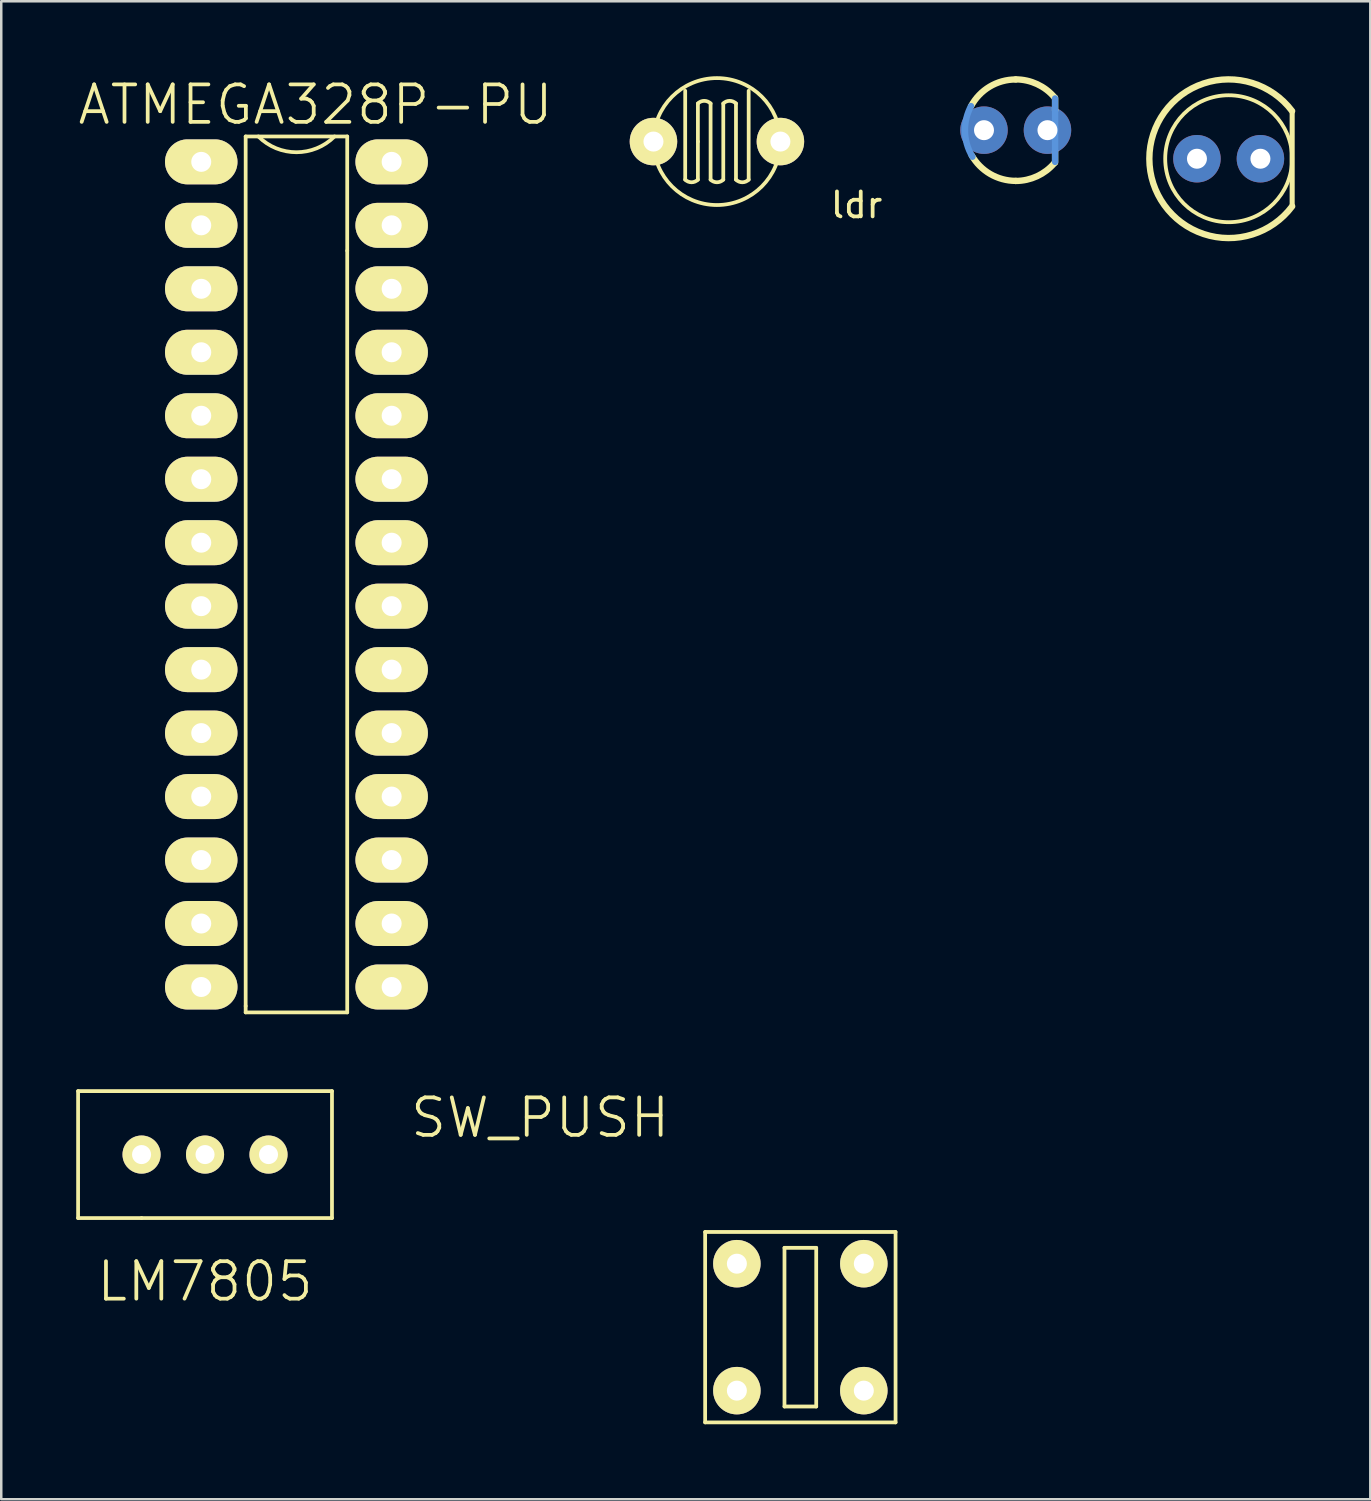
<source format=kicad_pcb>
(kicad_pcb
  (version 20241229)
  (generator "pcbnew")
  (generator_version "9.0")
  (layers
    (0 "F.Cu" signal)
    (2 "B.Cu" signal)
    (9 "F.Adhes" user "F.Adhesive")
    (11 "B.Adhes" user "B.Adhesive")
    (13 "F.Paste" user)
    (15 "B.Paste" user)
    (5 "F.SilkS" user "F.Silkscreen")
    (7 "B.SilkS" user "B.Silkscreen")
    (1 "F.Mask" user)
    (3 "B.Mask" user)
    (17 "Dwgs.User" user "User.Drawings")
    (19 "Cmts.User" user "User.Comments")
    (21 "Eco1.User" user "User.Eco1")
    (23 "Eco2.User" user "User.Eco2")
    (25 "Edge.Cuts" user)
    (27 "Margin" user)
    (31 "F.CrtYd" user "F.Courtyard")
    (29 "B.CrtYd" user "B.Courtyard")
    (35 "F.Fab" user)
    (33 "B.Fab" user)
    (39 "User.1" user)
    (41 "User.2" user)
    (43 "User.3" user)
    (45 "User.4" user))
  (footprint "ldr"
    (layer "F.Cu")
    (at 23.1 2.615)
    (property "Reference" "ldr" (at 8.128 2.54 0) (layer "F.SilkS") (effects (font (size 1 1) (thickness 0.15))))
    (attr through_hole)
    (fp_line (start 1.27 -2.032) (end 1.27 1.524) (stroke (width 0.15) (type solid)) (layer "F.SilkS"))
    (fp_line (start 1.778 0) (end 1.778 -1.524) (stroke (width 0.15) (type solid)) (layer "F.SilkS"))
    (fp_line (start 1.778 1.524) (end 1.778 0) (stroke (width 0.15) (type solid)) (layer "F.SilkS"))
    (fp_line (start 2.286 -1.524) (end 2.286 1.524) (stroke (width 0.15) (type solid)) (layer "F.SilkS"))
    (fp_line (start 2.794 1.524) (end 2.794 -1.524) (stroke (width 0.15) (type solid)) (layer "F.SilkS"))
    (fp_line (start 3.302 -1.524) (end 3.302 1.524) (stroke (width 0.15) (type solid)) (layer "F.SilkS"))
    (fp_line (start 3.81 1.524) (end 3.81 -2.032) (stroke (width 0.15) (type solid)) (layer "F.SilkS"))
    (fp_arc (start 1.778 -1.524) (mid 2.032 -1.62921) (end 2.286 -1.524) (stroke (width 0.15) (type solid)) (layer "F.SilkS"))
    (fp_arc (start 1.778 1.524) (mid 1.524 1.62921) (end 1.27 1.524) (stroke (width 0.15) (type solid)) (layer "F.SilkS"))
    (fp_arc (start 2.794 -1.524) (mid 3.048 -1.62921) (end 3.302 -1.524) (stroke (width 0.15) (type solid)) (layer "F.SilkS"))
    (fp_arc (start 2.794 1.524) (mid 2.54 1.62921) (end 2.286 1.524) (stroke (width 0.15) (type solid)) (layer "F.SilkS"))
    (fp_arc (start 3.81 1.524) (mid 3.556 1.62921) (end 3.302 1.524) (stroke (width 0.15) (type solid)) (layer "F.SilkS"))
    (fp_circle (center 2.54 0) (end 0 0) (stroke (width 0.15) (type solid)) (fill no) (layer "F.SilkS"))
    (pad "1" thru_hole circle (at 0 0) (size 1.9 1.9) (drill 0.8) (layers "*.Cu" "*.Mask" "F.SilkS"))
    (pad "2" thru_hole circle (at 5.08 0) (size 1.9 1.9) (drill 0.8) (layers "*.Cu" "*.Mask" "F.SilkS")))
  (footprint "LED-3MM"
    (layer "F.Cu")
    (at 37.597 2.159)
    (property "Reference" "LED-3MM" (at 0 1.27 0) (layer "Eco1.User") (effects (font (size 0.5 0.5) (thickness 0.075))))
    (attr through_hole)
    (fp_line (start 1.575 -1.295) (end 1.575 -0.787) (stroke (width 0.254) (type solid)) (layer "F.SilkS"))
    (fp_line (start 1.575 1.295) (end 1.575 0.838) (stroke (width 0.254) (type solid)) (layer "F.SilkS"))
    (fp_arc (start -1.7907 -0.95504) (mid -1.044567 -1.739997) (end -0.000975 -2.02946) (stroke (width 0.254) (type solid)) (layer "F.SilkS"))
    (fp_arc (start -0.003213 2.029539) (mid -1.020615 1.754247) (end -1.76276 1.00584) (stroke (width 0.254) (type solid)) (layer "F.SilkS"))
    (fp_arc (start 0 -2.032) (mid 0.860367 -1.840867) (end 1.55888 -1.303426) (stroke (width 0.254) (type solid)) (layer "F.SilkS"))
    (fp_arc (start 1.549742 1.314277) (mid 0.853936 1.843859) (end 0 2.032) (stroke (width 0.254) (type solid)) (layer "F.SilkS"))
    (fp_line (start 1.575 1.27) (end 1.575 -1.27) (stroke (width 0.254) (type solid)) (layer "Cmts.User"))
    (fp_arc (start -2.032 0) (mid -1.970347 -0.496745) (end -1.78913 -0.963347) (stroke (width 0.254) (type solid)) (layer "Cmts.User"))
    (fp_arc (start -1.730709 1.064739) (mid -1.955227 0.553273) (end -2.032 0) (stroke (width 0.254) (type solid)) (layer "Cmts.User"))
    (pad "1" thru_hole circle (at 1.27 0) (size 1.9 1.9) (drill 0.8) (layers "*.Cu" "*.Mask"))
    (pad "2" thru_hole circle (at -1.27 0) (size 1.9 1.9) (drill 0.8) (layers "*.Cu" "*.Mask")))
  (footprint "LED-5MM"
    (layer "F.Cu")
    (at 46.119 3.302)
    (property "Reference" "LED-5MM" (at 0 -1.5 0) (layer "Eco1.User") (effects (font (size 0.6 0.6) (thickness 0.1))))
    (attr through_hole)
    (fp_line (start 2.54 1.905) (end 2.54 -1.905) (stroke (width 0.203) (type solid)) (layer "F.SilkS"))
    (fp_arc (start 2.54 1.905) (mid -3.175 0.001668) (end 2.537997 -1.907668) (stroke (width 0.254) (type solid)) (layer "F.SilkS"))
    (fp_circle (center 0 0) (end 2.54 0) (stroke (width 0.152) (type solid)) (fill no) (layer "F.SilkS"))
    (pad "1" thru_hole circle (at 1.27 0) (size 1.9 1.9) (drill 0.8) (layers "*.Cu" "*.Mask"))
    (pad "2" thru_hole circle (at -1.27 0) (size 1.9 1.9) (drill 0.8) (layers "*.Cu" "*.Mask")))
  (footprint "SW_PUSH"
    (layer "F.Cu")
    (at 26.438 47.52)
    (property "Reference" "SW_PUSH" (at -7.874 -5.842 0) (layer "F.SilkS") (effects (font (size 1.5 1.5) (thickness 0.15))))
    (attr through_hole)
    (fp_line (start -1.27 -1.27) (end 6.35 -1.27) (stroke (width 0.15) (type solid)) (layer "F.SilkS"))
    (fp_line (start -1.27 6.35) (end -1.27 -1.27) (stroke (width 0.15) (type solid)) (layer "F.SilkS"))
    (fp_line (start 1.905 -0.635) (end 3.175 -0.635) (stroke (width 0.15) (type solid)) (layer "F.SilkS"))
    (fp_line (start 1.905 5.715) (end 1.905 -0.635) (stroke (width 0.15) (type solid)) (layer "F.SilkS"))
    (fp_line (start 3.175 -0.635) (end 3.175 5.715) (stroke (width 0.15) (type solid)) (layer "F.SilkS"))
    (fp_line (start 3.175 5.715) (end 1.905 5.715) (stroke (width 0.15) (type solid)) (layer "F.SilkS"))
    (fp_line (start 6.35 -1.27) (end 6.35 6.35) (stroke (width 0.15) (type solid)) (layer "F.SilkS"))
    (fp_line (start 6.35 6.35) (end -1.27 6.35) (stroke (width 0.15) (type solid)) (layer "F.SilkS"))
    (pad "1" thru_hole circle (at 0 0) (size 1.9 1.9) (drill 0.8) (layers "*.Cu" "*.Mask" "F.SilkS"))
    (pad "1" thru_hole circle (at 0 5.08) (size 1.9 1.9) (drill 0.8) (layers "*.Cu" "*.Mask" "F.SilkS"))
    (pad "2" thru_hole circle (at 5.08 0) (size 1.9 1.9) (drill 0.8) (layers "*.Cu" "*.Mask" "F.SilkS"))
    (pad "2" thru_hole circle (at 5.08 5.08) (size 1.9 1.9) (drill 0.8) (layers "*.Cu" "*.Mask" "F.SilkS")))
  (footprint "ATMEGA328P-PU"
    (layer "F.Cu")
    (at 5.003 3.427)
    (property "Reference" "ATMEGA328P-PU" (at 4.572 -2.286 0) (layer "F.SilkS") (effects (font (size 1.5 1.5) (thickness 0.15))))
    (attr through_hole)
    (fp_line (start 1.778 -1.016) (end 1.778 33.782) (stroke (width 0.15) (type solid)) (layer "F.SilkS"))
    (fp_line (start 1.778 -1.016) (end 5.842 -1.016) (stroke (width 0.15) (type solid)) (layer "F.SilkS"))
    (fp_line (start 1.778 33.782) (end 1.778 34.036) (stroke (width 0.15) (type solid)) (layer "F.SilkS"))
    (fp_line (start 1.778 34.036) (end 5.842 34.036) (stroke (width 0.15) (type solid)) (layer "F.SilkS"))
    (fp_line (start 5.842 3.556) (end 5.842 -1.016) (stroke (width 0.15) (type solid)) (layer "F.SilkS"))
    (fp_line (start 5.842 34.036) (end 5.842 3.556) (stroke (width 0.15) (type solid)) (layer "F.SilkS"))
    (fp_arc (start 5.334 -1.016) (mid 3.81 -0.384739) (end 2.286 -1.016) (stroke (width 0.15) (type solid)) (layer "F.SilkS"))
    (pad "1" thru_hole oval (at 0 0) (size 2.9 1.8) (drill 0.8) (layers "*.Cu" "*.Mask" "F.SilkS"))
    (pad "2" thru_hole oval (at 0 2.54) (size 2.9 1.8) (drill 0.8) (layers "*.Cu" "*.Mask" "F.SilkS"))
    (pad "3" thru_hole oval (at 0 5.08) (size 2.9 1.8) (drill 0.8) (layers "*.Cu" "*.Mask" "F.SilkS"))
    (pad "4" thru_hole oval (at 0 7.62) (size 2.9 1.8) (drill 0.8) (layers "*.Cu" "*.Mask" "F.SilkS"))
    (pad "5" thru_hole oval (at 0 10.16) (size 2.9 1.8) (drill 0.8) (layers "*.Cu" "*.Mask" "F.SilkS"))
    (pad "6" thru_hole oval (at 0 12.7) (size 2.9 1.8) (drill 0.8) (layers "*.Cu" "*.Mask" "F.SilkS"))
    (pad "7" thru_hole oval (at 0 15.24) (size 2.9 1.8) (drill 0.8) (layers "*.Cu" "*.Mask" "F.SilkS"))
    (pad "8" thru_hole oval (at 0 17.78) (size 2.9 1.8) (drill 0.8) (layers "*.Cu" "*.Mask" "F.SilkS"))
    (pad "9" thru_hole oval (at 0 20.32) (size 2.9 1.8) (drill 0.8) (layers "*.Cu" "*.Mask" "F.SilkS"))
    (pad "10" thru_hole oval (at 0 22.86) (size 2.9 1.8) (drill 0.8) (layers "*.Cu" "*.Mask" "F.SilkS"))
    (pad "11" thru_hole oval (at 0 25.4) (size 2.9 1.8) (drill 0.8) (layers "*.Cu" "*.Mask" "F.SilkS"))
    (pad "12" thru_hole oval (at 0 27.94) (size 2.9 1.8) (drill 0.8) (layers "*.Cu" "*.Mask" "F.SilkS"))
    (pad "13" thru_hole oval (at 0 30.48) (size 2.9 1.8) (drill 0.8) (layers "*.Cu" "*.Mask" "F.SilkS"))
    (pad "14" thru_hole oval (at 0 33.02) (size 2.9 1.8) (drill 0.8) (layers "*.Cu" "*.Mask" "F.SilkS"))
    (pad "15" thru_hole oval (at 7.62 33.02) (size 2.9 1.8) (drill 0.8) (layers "*.Cu" "*.Mask" "F.SilkS"))
    (pad "16" thru_hole oval (at 7.62 30.48) (size 2.9 1.8) (drill 0.8) (layers "*.Cu" "*.Mask" "F.SilkS"))
    (pad "17" thru_hole oval (at 7.62 27.94) (size 2.9 1.8) (drill 0.8) (layers "*.Cu" "*.Mask" "F.SilkS"))
    (pad "18" thru_hole oval (at 7.62 25.4) (size 2.9 1.8) (drill 0.8) (layers "*.Cu" "*.Mask" "F.SilkS"))
    (pad "19" thru_hole oval (at 7.62 22.86) (size 2.9 1.8) (drill 0.8) (layers "*.Cu" "*.Mask" "F.SilkS"))
    (pad "20" thru_hole oval (at 7.62 20.32) (size 2.9 1.8) (drill 0.8) (layers "*.Cu" "*.Mask" "F.SilkS"))
    (pad "21" thru_hole oval (at 7.62 17.78) (size 2.9 1.8) (drill 0.8) (layers "*.Cu" "*.Mask" "F.SilkS"))
    (pad "22" thru_hole oval (at 7.62 15.24) (size 2.9 1.8) (drill 0.8) (layers "*.Cu" "*.Mask" "F.SilkS"))
    (pad "23" thru_hole oval (at 7.62 12.7) (size 2.9 1.8) (drill 0.8) (layers "*.Cu" "*.Mask" "F.SilkS"))
    (pad "24" thru_hole oval (at 7.62 10.16) (size 2.9 1.8) (drill 0.8) (layers "*.Cu" "*.Mask" "F.SilkS"))
    (pad "25" thru_hole oval (at 7.62 7.62) (size 2.9 1.8) (drill 0.8) (layers "*.Cu" "*.Mask" "F.SilkS"))
    (pad "26" thru_hole oval (at 7.62 5.08) (size 2.9 1.8) (drill 0.8) (layers "*.Cu" "*.Mask" "F.SilkS"))
    (pad "27" thru_hole oval (at 7.62 2.54) (size 2.9 1.8) (drill 0.8) (layers "*.Cu" "*.Mask" "F.SilkS"))
    (pad "28" thru_hole oval (at 7.62 0) (size 2.9 1.8) (drill 0.8) (layers "*.Cu" "*.Mask" "F.SilkS")))
  (footprint "LM7805"
    (layer "F.Cu")
    (at 2.615 43.153)
    (property "Reference" "LM7805" (at 2.54 5.08 0) (layer "F.SilkS") (effects (font (size 1.5 1.5) (thickness 0.15))))
    (attr through_hole)
    (fp_line (start -2.54 -2.54) (end -2.54 2.54) (stroke (width 0.15) (type solid)) (layer "F.SilkS"))
    (fp_line (start -2.54 2.54) (end 0 2.54) (stroke (width 0.15) (type solid)) (layer "F.SilkS"))
    (fp_line (start 0 2.54) (end 7.62 2.54) (stroke (width 0.15) (type solid)) (layer "F.SilkS"))
    (fp_line (start 7.62 -2.54) (end -2.54 -2.54) (stroke (width 0.15) (type solid)) (layer "F.SilkS"))
    (fp_line (start 7.62 2.54) (end 7.62 -2.54) (stroke (width 0.15) (type solid)) (layer "F.SilkS"))
    (pad "GND" thru_hole circle (at 2.54 0) (size 1.524 1.524) (drill 0.762) (layers "*.Cu" "*.Mask" "F.SilkS"))
    (pad "VI" thru_hole circle (at 0 0) (size 1.524 1.524) (drill 0.762) (layers "*.Cu" "*.Mask" "F.SilkS"))
    (pad "VO" thru_hole circle (at 5.08 0) (size 1.524 1.524) (drill 0.762) (layers "*.Cu" "*.Mask" "F.SilkS")))
  (gr_rect
    (start -3 -3)
    (end 51.786 56.946)
    (stroke (width 0.1) (type default))
    (fill no)
    (layer "Edge.Cuts")))
</source>
